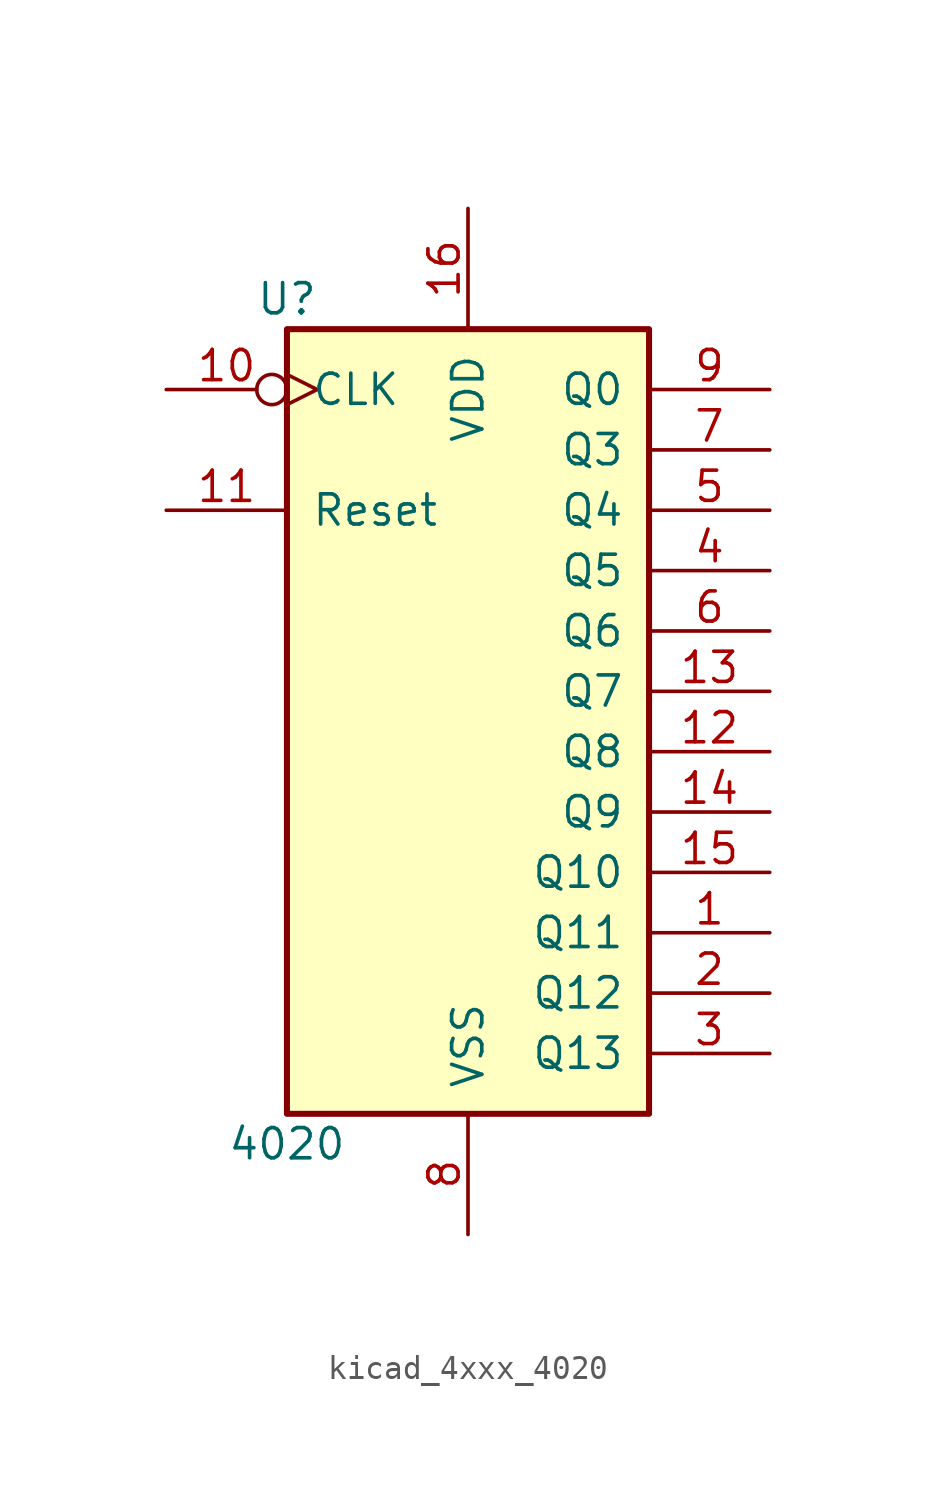
<source format=kicad_sym>
(kicad_symbol_lib
  (version 20220914)
  (generator kicad_symbol_editor)
  (symbol "kicad_4xxx_4020"
    (pin_names
      (offset 1.016))
    (property "Reference" "U"
      (at -7.62 16.51 0)
      (effects (font (size 1.27 1.27))))
    (property "Value" "4020"
      (at -7.62 -19.05 0)
      (effects (font (size 1.27 1.27))))
    (property "ki_locked" ""
      (at 0 0 0)
      (effects (font (size 1.27 1.27))))
    (symbol "kicad_4xxx_4020_1_0"
      (pin output line (at 12.7 -10.16 180) (length 5.08) (name "Q11" (effects (font (size 1.27 1.27)))) (number "1" (effects (font (size 1.27 1.27)))))
      (pin input inverted_clock (at -12.7 12.7 0) (length 5.08) (name "CLK" (effects (font (size 1.27 1.27)))) (number "10" (effects (font (size 1.27 1.27)))))
      (pin input line (at -12.7 7.62 0) (length 5.08) (name "Reset" (effects (font (size 1.27 1.27)))) (number "11" (effects (font (size 1.27 1.27)))))
      (pin output line (at 12.7 -2.54 180) (length 5.08) (name "Q8" (effects (font (size 1.27 1.27)))) (number "12" (effects (font (size 1.27 1.27)))))
      (pin output line (at 12.7 0 180) (length 5.08) (name "Q7" (effects (font (size 1.27 1.27)))) (number "13" (effects (font (size 1.27 1.27)))))
      (pin output line (at 12.7 -5.08 180) (length 5.08) (name "Q9" (effects (font (size 1.27 1.27)))) (number "14" (effects (font (size 1.27 1.27)))))
      (pin output line (at 12.7 -7.62 180) (length 5.08) (name "Q10" (effects (font (size 1.27 1.27)))) (number "15" (effects (font (size 1.27 1.27)))))
      (pin power_in line (at 0 20.32 270) (length 5.08) (name "VDD" (effects (font (size 1.27 1.27)))) (number "16" (effects (font (size 1.27 1.27)))))
      (pin output line (at 12.7 -12.7 180) (length 5.08) (name "Q12" (effects (font (size 1.27 1.27)))) (number "2" (effects (font (size 1.27 1.27)))))
      (pin output line (at 12.7 -15.24 180) (length 5.08) (name "Q13" (effects (font (size 1.27 1.27)))) (number "3" (effects (font (size 1.27 1.27)))))
      (pin output line (at 12.7 5.08 180) (length 5.08) (name "Q5" (effects (font (size 1.27 1.27)))) (number "4" (effects (font (size 1.27 1.27)))))
      (pin output line (at 12.7 7.62 180) (length 5.08) (name "Q4" (effects (font (size 1.27 1.27)))) (number "5" (effects (font (size 1.27 1.27)))))
      (pin output line (at 12.7 2.54 180) (length 5.08) (name "Q6" (effects (font (size 1.27 1.27)))) (number "6" (effects (font (size 1.27 1.27)))))
      (pin output line (at 12.7 10.16 180) (length 5.08) (name "Q3" (effects (font (size 1.27 1.27)))) (number "7" (effects (font (size 1.27 1.27)))))
      (pin power_in line (at 0 -22.86 90) (length 5.08) (name "VSS" (effects (font (size 1.27 1.27)))) (number "8" (effects (font (size 1.27 1.27)))))
      (pin output line (at 12.7 12.7 180) (length 5.08) (name "Q0" (effects (font (size 1.27 1.27)))) (number "9" (effects (font (size 1.27 1.27))))))
    (symbol "kicad_4xxx_4020_1_1"
      (rectangle (start -7.62 15.24) (end 7.62 -17.78) (stroke (width 0.254) (type default)) (fill (type background))))))
</source>
